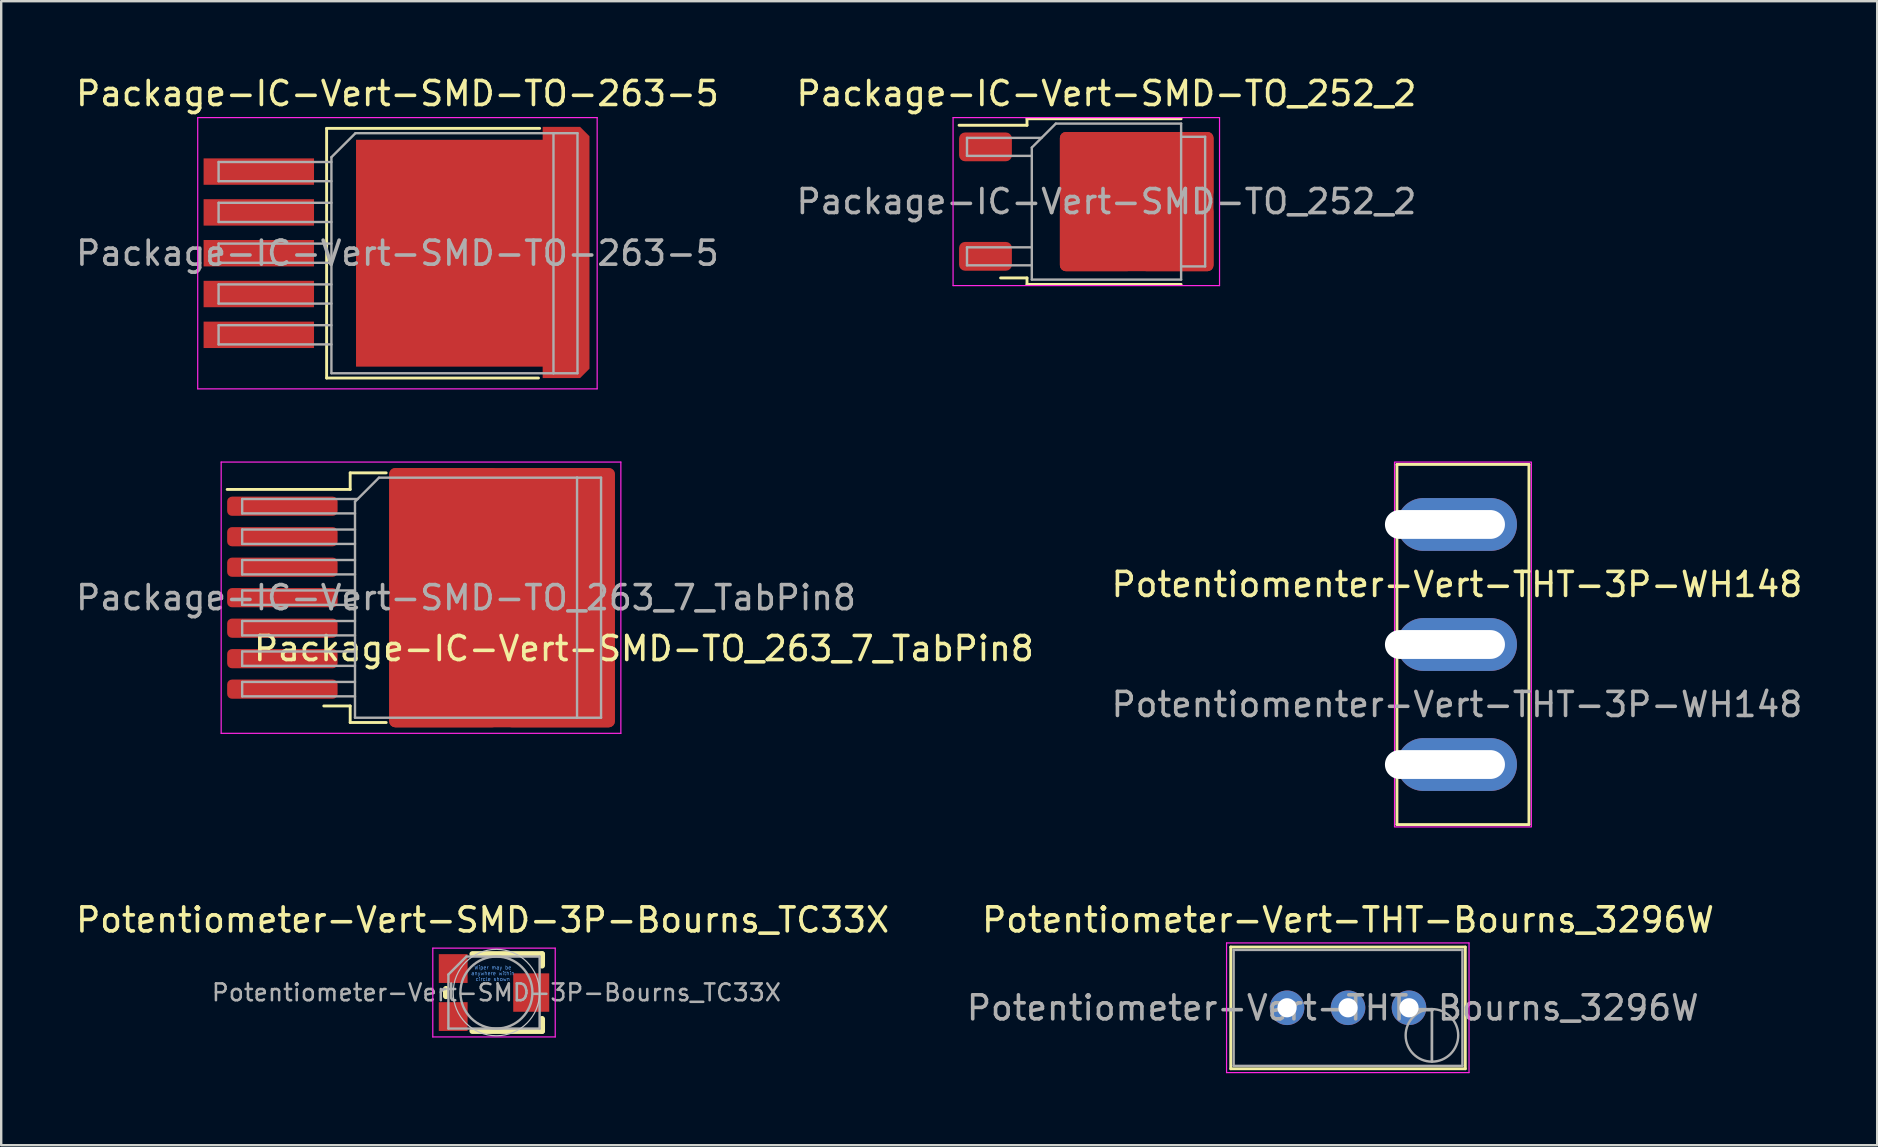
<source format=kicad_pcb>
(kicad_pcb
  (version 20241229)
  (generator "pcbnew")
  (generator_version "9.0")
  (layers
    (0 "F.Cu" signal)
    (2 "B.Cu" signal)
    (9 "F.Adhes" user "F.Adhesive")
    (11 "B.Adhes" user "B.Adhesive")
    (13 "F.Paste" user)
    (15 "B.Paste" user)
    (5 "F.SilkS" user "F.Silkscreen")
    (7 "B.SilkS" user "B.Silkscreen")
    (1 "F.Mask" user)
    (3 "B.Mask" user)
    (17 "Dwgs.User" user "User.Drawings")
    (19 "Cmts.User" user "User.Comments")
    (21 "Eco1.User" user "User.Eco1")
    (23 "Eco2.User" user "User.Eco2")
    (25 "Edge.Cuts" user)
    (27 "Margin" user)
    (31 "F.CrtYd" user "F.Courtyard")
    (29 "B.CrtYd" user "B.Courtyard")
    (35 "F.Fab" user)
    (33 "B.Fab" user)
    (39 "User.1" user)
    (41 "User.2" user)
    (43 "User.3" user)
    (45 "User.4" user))
  (footprint "Potentiometer-Vert-THT-Bourns_3296W"
    (layer "F.Cu")
    (at 55.645 38.931)
    (property "Reference" "Potentiometer-Vert-THT-Bourns_3296W" (at -2.54 -3.66 0) (layer "F.SilkS") (effects (font (size 1 1) (thickness 0.15))))
    (attr through_hole)
    (fp_line (start -7.425 -2.53) (end -7.425 2.54) (stroke (width 0.12) (type solid)) (layer "F.SilkS"))
    (fp_line (start -7.425 -2.53) (end 2.345 -2.53) (stroke (width 0.12) (type solid)) (layer "F.SilkS"))
    (fp_line (start -7.425 2.54) (end 2.345 2.54) (stroke (width 0.12) (type solid)) (layer "F.SilkS"))
    (fp_line (start 2.345 -2.53) (end 2.345 2.54) (stroke (width 0.12) (type solid)) (layer "F.SilkS"))
    (fp_line (start -7.6 -2.7) (end -7.6 2.7) (stroke (width 0.05) (type solid)) (layer "F.CrtYd"))
    (fp_line (start -7.6 2.7) (end 2.5 2.7) (stroke (width 0.05) (type solid)) (layer "F.CrtYd"))
    (fp_line (start 2.5 -2.7) (end -7.6 -2.7) (stroke (width 0.05) (type solid)) (layer "F.CrtYd"))
    (fp_line (start 2.5 2.7) (end 2.5 -2.7) (stroke (width 0.05) (type solid)) (layer "F.CrtYd"))
    (fp_line (start -7.305 -2.41) (end -7.305 2.42) (stroke (width 0.1) (type solid)) (layer "F.Fab"))
    (fp_line (start -7.305 2.42) (end 2.225 2.42) (stroke (width 0.1) (type solid)) (layer "F.Fab"))
    (fp_line (start 0.955 2.235) (end 0.956 0.066) (stroke (width 0.1) (type solid)) (layer "F.Fab"))
    (fp_line (start 0.955 2.235) (end 0.956 0.066) (stroke (width 0.1) (type solid)) (layer "F.Fab"))
    (fp_line (start 2.225 -2.41) (end -7.305 -2.41) (stroke (width 0.1) (type solid)) (layer "F.Fab"))
    (fp_line (start 2.225 2.42) (end 2.225 -2.41) (stroke (width 0.1) (type solid)) (layer "F.Fab"))
    (fp_circle (center 0.955 1.15) (end 2.05 1.15) (stroke (width 0.1) (type solid)) (fill no) (layer "F.Fab"))
    (fp_text user "${REFERENCE}" (at -3.175 0.005 0) (layer "F.Fab") (effects (font (size 1 1) (thickness 0.15))))
    (pad "1" thru_hole circle (at 0 0) (size 1.44 1.44) (drill 0.8) (layers "*.Cu" "*.Mask"))
    (pad "2" thru_hole circle (at -2.54 0) (size 1.44 1.44) (drill 0.8) (layers "*.Cu" "*.Mask"))
    (pad "3" thru_hole circle (at -5.08 0) (size 1.44 1.44) (drill 0.8) (layers "*.Cu" "*.Mask")))
  (footprint "Potentiomenter-Vert-THT-3P-WH148"
    (layer "F.Cu")
    (at 57.642 23.798)
    (property "Reference" "Potentiomenter-Vert-THT-3P-WH148" (at 0 -2.5 0) (unlocked yes) (layer "F.SilkS") (effects (font (size 1 1) (thickness 0.15))))
    (attr through_hole)
    (fp_line (start -2.5 -7.5) (end -2.5 7.5) (stroke (width 0.12) (type solid)) (layer "F.SilkS"))
    (fp_line (start 3 -7.5) (end -2.5 -7.5) (stroke (width 0.12) (type solid)) (layer "F.SilkS"))
    (fp_line (start 3 -7.5) (end 3 7.5) (stroke (width 0.12) (type solid)) (layer "F.SilkS"))
    (fp_line (start 3 7.5) (end -2.5 7.5) (stroke (width 0.12) (type solid)) (layer "F.SilkS"))
    (fp_rect (start -2.6 -7.6) (end 3.1 7.6) (stroke (width 0.05) (type solid)) (fill no) (layer "F.CrtYd"))
    (fp_text user "${REFERENCE}" (at 0 2.5 0) (unlocked yes) (layer "F.Fab") (effects (font (size 1 1) (thickness 0.15))))
    (pad "1" thru_hole oval (at -0.5 -5) (size 5 2.2) (drill oval 5 1.2 (offset 0.5 0)) (layers "*.Cu" "*.Mask"))
    (pad "2" thru_hole oval (at -0.5 0) (size 5 2.2) (drill oval 5 1.2 (offset 0.5 0)) (layers "*.Cu" "*.Mask"))
    (pad "3" thru_hole oval (at -0.5 5) (size 5 2.2) (drill oval 5 1.2 (offset 0.5 0)) (layers "*.Cu" "*.Mask")))
  (footprint "Potentiometer-Vert-SMD-3P-Bourns_TC33X"
    (layer "F.Cu")
    (at 17.629 38.297)
    (property "Reference" "Potentiometer-Vert-SMD-3P-Bourns_TC33X" (at -0.575 -3.025 0) (layer "F.SilkS") (effects (font (size 1 1) (thickness 0.15))))
    (attr smd)
    (fp_line (start -2.1 -0.15) (end -2.1 0.15) (stroke (width 0.25) (type solid)) (layer "F.SilkS"))
    (fp_line (start -1 -1.6) (end 1.9 -1.6) (stroke (width 0.25) (type solid)) (layer "F.SilkS"))
    (fp_line (start -1 1.6) (end 1.9 1.6) (stroke (width 0.25) (type solid)) (layer "F.SilkS"))
    (fp_line (start 1.9 -1.6) (end 1.9 -1.125) (stroke (width 0.25) (type solid)) (layer "F.SilkS"))
    (fp_line (start 1.9 1.6) (end 1.9 1.1) (stroke (width 0.25) (type solid)) (layer "F.SilkS"))
    (fp_circle (center 0 0) (end 1.8 0) (stroke (width 0.05) (type solid)) (fill no) (layer "Dwgs.User"))
    (fp_line (start -2.65 -1.85) (end 2.45 -1.85) (stroke (width 0.05) (type solid)) (layer "F.CrtYd"))
    (fp_line (start -2.65 1.85) (end -2.65 -1.85) (stroke (width 0.05) (type solid)) (layer "F.CrtYd"))
    (fp_line (start 2.45 -1.85) (end 2.45 1.85) (stroke (width 0.05) (type solid)) (layer "F.CrtYd"))
    (fp_line (start 2.45 1.85) (end -2.65 1.85) (stroke (width 0.05) (type solid)) (layer "F.CrtYd"))
    (fp_line (start -2 -0.75) (end -2 1.5) (stroke (width 0.1) (type solid)) (layer "F.Fab"))
    (fp_line (start -2 1.5) (end 1.8 1.5) (stroke (width 0.1) (type solid)) (layer "F.Fab"))
    (fp_line (start -1.25 -1.5) (end -2 -0.75) (stroke (width 0.1) (type solid)) (layer "F.Fab"))
    (fp_line (start 1.8 -1.5) (end -1.25 -1.5) (stroke (width 0.1) (type solid)) (layer "F.Fab"))
    (fp_line (start 1.8 1.5) (end 1.8 -1.5) (stroke (width 0.1) (type solid)) (layer "F.Fab"))
    (fp_circle (center 0 0) (end 1.5 0) (stroke (width 0.1) (type solid)) (fill no) (layer "F.Fab"))
    (fp_text user "Wiper may be\nanywhere within\ncircle shown" (at -0.15 -0.8 0) (layer "Cmts.User") (effects (font (size 0.15 0.15) (thickness 0.02))))
    (fp_text user "${REFERENCE}" (at 0 0 0) (layer "F.Fab") (effects (font (size 0.7 0.7) (thickness 0.105))))
    (pad "1" smd rect (at -1.8 -1) (size 1.2 1.2) (layers "F.Cu" "F.Mask" "F.Paste"))
    (pad "2" smd rect (at 1.45 0) (size 1.5 1.6) (layers "F.Cu" "F.Mask" "F.Paste"))
    (pad "3" smd rect (at -1.8 1) (size 1.2 1.2) (layers "F.Cu" "F.Mask" "F.Paste")))
  (footprint "Package-IC-Vert-SMD-TO-263-5"
    (layer "F.Cu")
    (at 13.506 7.498)
    (property "Reference" "Package-IC-Vert-SMD-TO-263-5" (at 0 -6.65 0) (layer "F.SilkS") (effects (font (size 1 1) (thickness 0.15))))
    (attr smd)
    (fp_line (start -2.95 -5.2) (end -2.95 5.2) (stroke (width 0.12) (type solid)) (layer "F.SilkS"))
    (fp_line (start 5.875 5.2) (end -2.95 5.2) (stroke (width 0.12) (type solid)) (layer "F.SilkS"))
    (fp_line (start 5.925 -5.2) (end -2.95 -5.2) (stroke (width 0.12) (type solid)) (layer "F.SilkS"))
    (fp_line (start -8.32 -5.65) (end -8.32 5.65) (stroke (width 0.05) (type solid)) (layer "F.CrtYd"))
    (fp_line (start -8.32 5.65) (end 8.32 5.65) (stroke (width 0.05) (type solid)) (layer "F.CrtYd"))
    (fp_line (start 8.32 -5.65) (end -8.32 -5.65) (stroke (width 0.05) (type solid)) (layer "F.CrtYd"))
    (fp_line (start 8.32 5.65) (end 8.32 -5.65) (stroke (width 0.05) (type solid)) (layer "F.CrtYd"))
    (fp_line (start -7.45 -3.8) (end -7.45 -3) (stroke (width 0.1) (type solid)) (layer "F.Fab"))
    (fp_line (start -7.45 -3) (end -2.75 -3) (stroke (width 0.1) (type solid)) (layer "F.Fab"))
    (fp_line (start -7.45 -2.1) (end -7.45 -1.3) (stroke (width 0.1) (type solid)) (layer "F.Fab"))
    (fp_line (start -7.45 -1.3) (end -2.75 -1.3) (stroke (width 0.1) (type solid)) (layer "F.Fab"))
    (fp_line (start -7.45 -0.4) (end -7.45 0.4) (stroke (width 0.1) (type solid)) (layer "F.Fab"))
    (fp_line (start -7.45 0.4) (end -2.75 0.4) (stroke (width 0.1) (type solid)) (layer "F.Fab"))
    (fp_line (start -7.45 1.3) (end -7.45 2.1) (stroke (width 0.1) (type solid)) (layer "F.Fab"))
    (fp_line (start -7.45 2.1) (end -2.75 2.1) (stroke (width 0.1) (type solid)) (layer "F.Fab"))
    (fp_line (start -7.45 3) (end -7.45 3.8) (stroke (width 0.1) (type solid)) (layer "F.Fab"))
    (fp_line (start -7.45 3.8) (end -2.75 3.8) (stroke (width 0.1) (type solid)) (layer "F.Fab"))
    (fp_line (start -2.75 -4) (end -1.75 -5) (stroke (width 0.1) (type solid)) (layer "F.Fab"))
    (fp_line (start -2.75 -3.8) (end -7.45 -3.8) (stroke (width 0.1) (type solid)) (layer "F.Fab"))
    (fp_line (start -2.75 -2.1) (end -7.45 -2.1) (stroke (width 0.1) (type solid)) (layer "F.Fab"))
    (fp_line (start -2.75 -0.4) (end -7.45 -0.4) (stroke (width 0.1) (type solid)) (layer "F.Fab"))
    (fp_line (start -2.75 1.3) (end -7.45 1.3) (stroke (width 0.1) (type solid)) (layer "F.Fab"))
    (fp_line (start -2.75 3) (end -7.45 3) (stroke (width 0.1) (type solid)) (layer "F.Fab"))
    (fp_line (start -2.75 5) (end -2.75 -4) (stroke (width 0.1) (type solid)) (layer "F.Fab"))
    (fp_line (start -1.75 -5) (end 6.5 -5) (stroke (width 0.1) (type solid)) (layer "F.Fab"))
    (fp_line (start 6.5 -5) (end 6.5 5) (stroke (width 0.1) (type solid)) (layer "F.Fab"))
    (fp_line (start 6.5 -5) (end 7.5 -5) (stroke (width 0.1) (type solid)) (layer "F.Fab"))
    (fp_line (start 6.5 5) (end -2.75 5) (stroke (width 0.1) (type solid)) (layer "F.Fab"))
    (fp_line (start 7.5 -5) (end 7.5 5) (stroke (width 0.1) (type solid)) (layer "F.Fab"))
    (fp_line (start 7.5 5) (end 6.5 5) (stroke (width 0.1) (type solid)) (layer "F.Fab"))
    (fp_text user "${REFERENCE}" (at 0 0 0) (layer "F.Fab") (effects (font (size 1 1) (thickness 0.15))))
    (pad "1" smd rect (at -5.775 -3.4) (size 4.6 1.1) (layers "F.Cu" "F.Mask" "F.Paste"))
    (pad "2" smd rect (at -5.775 -1.7) (size 4.6 1.1) (layers "F.Cu" "F.Mask" "F.Paste"))
    (pad "3" smd rect (at -5.775 0) (size 4.6 1.1) (layers "F.Cu" "F.Mask" "F.Paste"))
    (pad "3" smd rect (at 3.059 0) (size 9.569 9.45) (layers "F.Cu" "F.Mask"))
    (pad "3" smd roundrect (at 7.025 -0.031) (size 1.95 10.463) (layers "F.Cu" "F.Mask") (roundrect_rratio 0) (chamfer_ratio 0.2) (chamfer top_right bottom_right))
    (pad "4" smd rect (at -5.775 1.7) (size 4.6 1.1) (layers "F.Cu" "F.Mask" "F.Paste"))
    (pad "5" smd rect (at -5.775 3.4) (size 4.6 1.1) (layers "F.Cu" "F.Mask" "F.Paste")))
  (footprint "Package-IC-Vert-SMD-TO_252_2"
    (layer "F.Cu")
    (at 43.042 5.348)
    (property "Reference" "Package-IC-Vert-SMD-TO_252_2" (at 0 -4.5 0) (layer "F.SilkS") (effects (font (size 1 1) (thickness 0.15))))
    (attr smd)
    (fp_line (start -3.31 -3.45) (end -3.31 -3.18) (stroke (width 0.12) (type solid)) (layer "F.SilkS"))
    (fp_line (start -3.31 -3.18) (end -6.14 -3.18) (stroke (width 0.12) (type solid)) (layer "F.SilkS"))
    (fp_line (start -3.31 3.18) (end -4.41 3.18) (stroke (width 0.12) (type solid)) (layer "F.SilkS"))
    (fp_line (start -3.31 3.45) (end -3.31 3.18) (stroke (width 0.12) (type solid)) (layer "F.SilkS"))
    (fp_line (start 3.11 -3.45) (end -3.31 -3.45) (stroke (width 0.12) (type solid)) (layer "F.SilkS"))
    (fp_line (start 3.11 3.45) (end -3.31 3.45) (stroke (width 0.12) (type solid)) (layer "F.SilkS"))
    (fp_line (start -6.39 -3.5) (end -6.39 3.5) (stroke (width 0.05) (type solid)) (layer "F.CrtYd"))
    (fp_line (start -6.39 3.5) (end 4.71 3.5) (stroke (width 0.05) (type solid)) (layer "F.CrtYd"))
    (fp_line (start 4.71 -3.5) (end -6.39 -3.5) (stroke (width 0.05) (type solid)) (layer "F.CrtYd"))
    (fp_line (start 4.71 3.5) (end 4.71 -3.5) (stroke (width 0.05) (type solid)) (layer "F.CrtYd"))
    (fp_line (start -5.81 -2.655) (end -5.81 -1.905) (stroke (width 0.1) (type solid)) (layer "F.Fab"))
    (fp_line (start -5.81 -1.905) (end -3.11 -1.905) (stroke (width 0.1) (type solid)) (layer "F.Fab"))
    (fp_line (start -5.81 1.905) (end -5.81 2.655) (stroke (width 0.1) (type solid)) (layer "F.Fab"))
    (fp_line (start -5.81 2.655) (end -3.11 2.655) (stroke (width 0.1) (type solid)) (layer "F.Fab"))
    (fp_line (start -3.11 -2.25) (end -2.11 -3.25) (stroke (width 0.1) (type solid)) (layer "F.Fab"))
    (fp_line (start -3.11 1.905) (end -5.81 1.905) (stroke (width 0.1) (type solid)) (layer "F.Fab"))
    (fp_line (start -3.11 3.25) (end -3.11 -2.25) (stroke (width 0.1) (type solid)) (layer "F.Fab"))
    (fp_line (start -2.705 -2.655) (end -5.81 -2.655) (stroke (width 0.1) (type solid)) (layer "F.Fab"))
    (fp_line (start -2.11 -3.25) (end 3.11 -3.25) (stroke (width 0.1) (type solid)) (layer "F.Fab"))
    (fp_line (start 3.11 -3.25) (end 3.11 3.25) (stroke (width 0.1) (type solid)) (layer "F.Fab"))
    (fp_line (start 3.11 -2.7) (end 4.11 -2.7) (stroke (width 0.1) (type solid)) (layer "F.Fab"))
    (fp_line (start 3.11 3.25) (end -3.11 3.25) (stroke (width 0.1) (type solid)) (layer "F.Fab"))
    (fp_line (start 4.11 -2.7) (end 4.11 2.7) (stroke (width 0.1) (type solid)) (layer "F.Fab"))
    (fp_line (start 4.11 2.7) (end 3.11 2.7) (stroke (width 0.1) (type solid)) (layer "F.Fab"))
    (fp_text user "${REFERENCE}" (at 0 0 0) (layer "F.Fab") (effects (font (size 1 1) (thickness 0.15))))
    (pad "1" smd roundrect (at -5.04 -2.28) (size 2.2 1.2) (layers "F.Cu" "F.Mask" "F.Paste") (roundrect_rratio 0.208))
    (pad "2" smd roundrect (at -0.415 -1.525) (size 3.05 2.75) (layers "F.Cu" "F.Paste") (roundrect_rratio 0.091))
    (pad "2" smd roundrect (at -0.415 1.525) (size 3.05 2.75) (layers "F.Cu" "F.Paste") (roundrect_rratio 0.091))
    (pad "2" smd roundrect (at 1.26 0) (size 6.4 5.8) (layers "F.Cu" "F.Mask") (roundrect_rratio 0.043))
    (pad "2" smd roundrect (at 2.935 -1.525) (size 3.05 2.75) (layers "F.Cu" "F.Paste") (roundrect_rratio 0.091))
    (pad "2" smd roundrect (at 2.935 1.525) (size 3.05 2.75) (layers "F.Cu" "F.Paste") (roundrect_rratio 0.091))
    (pad "3" smd roundrect (at -5.04 2.28) (size 2.2 1.2) (layers "F.Cu" "F.Mask" "F.Paste") (roundrect_rratio 0.208)))
  (footprint "Package-IC-Vert-SMD-TO_263_7_TabPin8"
    (layer "F.Cu")
    (at 16.363 21.848)
    (property "Reference" "Package-IC-Vert-SMD-TO_263_7_TabPin8" (at 7.41 2.12 180) (layer "F.SilkS") (effects (font (size 1 1) (thickness 0.15))))
    (attr smd)
    (fp_line (start -4.825 -5.2) (end -4.825 -4.51) (stroke (width 0.12) (type solid)) (layer "F.SilkS"))
    (fp_line (start -4.825 -4.51) (end -9.95 -4.51) (stroke (width 0.12) (type solid)) (layer "F.SilkS"))
    (fp_line (start -4.825 4.51) (end -5.925 4.51) (stroke (width 0.12) (type solid)) (layer "F.SilkS"))
    (fp_line (start -4.825 5.2) (end -4.825 4.51) (stroke (width 0.12) (type solid)) (layer "F.SilkS"))
    (fp_line (start -3.325 -5.2) (end -4.825 -5.2) (stroke (width 0.12) (type solid)) (layer "F.SilkS"))
    (fp_line (start -3.325 5.2) (end -4.825 5.2) (stroke (width 0.12) (type solid)) (layer "F.SilkS"))
    (fp_line (start -10.2 -5.65) (end -10.2 5.65) (stroke (width 0.05) (type solid)) (layer "F.CrtYd"))
    (fp_line (start -10.2 5.65) (end 6.45 5.65) (stroke (width 0.05) (type solid)) (layer "F.CrtYd"))
    (fp_line (start 6.45 -5.65) (end -10.2 -5.65) (stroke (width 0.05) (type solid)) (layer "F.CrtYd"))
    (fp_line (start 6.45 5.65) (end 6.45 -5.65) (stroke (width 0.05) (type solid)) (layer "F.CrtYd"))
    (fp_line (start -9.325 -4.11) (end -9.325 -3.51) (stroke (width 0.1) (type solid)) (layer "F.Fab"))
    (fp_line (start -9.325 -3.51) (end -4.625 -3.51) (stroke (width 0.1) (type solid)) (layer "F.Fab"))
    (fp_line (start -9.325 -2.84) (end -9.325 -2.24) (stroke (width 0.1) (type solid)) (layer "F.Fab"))
    (fp_line (start -9.325 -2.24) (end -4.625 -2.24) (stroke (width 0.1) (type solid)) (layer "F.Fab"))
    (fp_line (start -9.325 -1.57) (end -9.325 -0.97) (stroke (width 0.1) (type solid)) (layer "F.Fab"))
    (fp_line (start -9.325 -0.97) (end -4.625 -0.97) (stroke (width 0.1) (type solid)) (layer "F.Fab"))
    (fp_line (start -9.325 -0.3) (end -9.325 0.3) (stroke (width 0.1) (type solid)) (layer "F.Fab"))
    (fp_line (start -9.325 0.3) (end -4.625 0.3) (stroke (width 0.1) (type solid)) (layer "F.Fab"))
    (fp_line (start -9.325 0.97) (end -9.325 1.57) (stroke (width 0.1) (type solid)) (layer "F.Fab"))
    (fp_line (start -9.325 1.57) (end -4.625 1.57) (stroke (width 0.1) (type solid)) (layer "F.Fab"))
    (fp_line (start -9.325 2.24) (end -9.325 2.84) (stroke (width 0.1) (type solid)) (layer "F.Fab"))
    (fp_line (start -9.325 2.84) (end -4.625 2.84) (stroke (width 0.1) (type solid)) (layer "F.Fab"))
    (fp_line (start -9.325 3.51) (end -9.325 4.11) (stroke (width 0.1) (type solid)) (layer "F.Fab"))
    (fp_line (start -9.325 4.11) (end -4.625 4.11) (stroke (width 0.1) (type solid)) (layer "F.Fab"))
    (fp_line (start -4.625 -4) (end -3.625 -5) (stroke (width 0.1) (type solid)) (layer "F.Fab"))
    (fp_line (start -4.625 -2.84) (end -9.325 -2.84) (stroke (width 0.1) (type solid)) (layer "F.Fab"))
    (fp_line (start -4.625 -1.57) (end -9.325 -1.57) (stroke (width 0.1) (type solid)) (layer "F.Fab"))
    (fp_line (start -4.625 -0.3) (end -9.325 -0.3) (stroke (width 0.1) (type solid)) (layer "F.Fab"))
    (fp_line (start -4.625 0.97) (end -9.325 0.97) (stroke (width 0.1) (type solid)) (layer "F.Fab"))
    (fp_line (start -4.625 2.24) (end -9.325 2.24) (stroke (width 0.1) (type solid)) (layer "F.Fab"))
    (fp_line (start -4.625 3.51) (end -9.325 3.51) (stroke (width 0.1) (type solid)) (layer "F.Fab"))
    (fp_line (start -4.625 5) (end -4.625 -4) (stroke (width 0.1) (type solid)) (layer "F.Fab"))
    (fp_line (start -4.515 -4.11) (end -9.325 -4.11) (stroke (width 0.1) (type solid)) (layer "F.Fab"))
    (fp_line (start -3.625 -5) (end 4.625 -5) (stroke (width 0.1) (type solid)) (layer "F.Fab"))
    (fp_line (start 4.625 -5) (end 4.625 5) (stroke (width 0.1) (type solid)) (layer "F.Fab"))
    (fp_line (start 4.625 -5) (end 5.625 -5) (stroke (width 0.1) (type solid)) (layer "F.Fab"))
    (fp_line (start 4.625 5) (end -4.625 5) (stroke (width 0.1) (type solid)) (layer "F.Fab"))
    (fp_line (start 5.625 -5) (end 5.625 5) (stroke (width 0.1) (type solid)) (layer "F.Fab"))
    (fp_line (start 5.625 5) (end 4.625 5) (stroke (width 0.1) (type solid)) (layer "F.Fab"))
    (fp_text user "${REFERENCE}" (at 0 0 180) (layer "F.Fab") (effects (font (size 1 1) (thickness 0.15))))
    (pad "1" smd roundrect (at -7.65 -3.81) (size 4.6 0.8) (layers "F.Cu" "F.Mask" "F.Paste") (roundrect_rratio 0.25))
    (pad "2" smd roundrect (at -7.65 -2.54) (size 4.6 0.8) (layers "F.Cu" "F.Mask" "F.Paste") (roundrect_rratio 0.25))
    (pad "3" smd roundrect (at -7.65 -1.27) (size 4.6 0.8) (layers "F.Cu" "F.Mask" "F.Paste") (roundrect_rratio 0.25))
    (pad "4" smd roundrect (at -7.65 0) (size 4.6 0.8) (layers "F.Cu" "F.Mask" "F.Paste") (roundrect_rratio 0.25))
    (pad "5" smd roundrect (at -7.65 1.27) (size 4.6 0.8) (layers "F.Cu" "F.Mask" "F.Paste") (roundrect_rratio 0.25))
    (pad "6" smd roundrect (at -7.65 2.54) (size 4.6 0.8) (layers "F.Cu" "F.Mask" "F.Paste") (roundrect_rratio 0.25))
    (pad "7" smd roundrect (at -7.65 3.81) (size 4.6 0.8) (layers "F.Cu" "F.Mask" "F.Paste") (roundrect_rratio 0.25))
    (pad "8" smd roundrect (at -0.925 -2.775) (size 4.55 5.25) (layers "F.Cu" "F.Paste") (roundrect_rratio 0.055))
    (pad "8" smd roundrect (at -0.925 2.775) (size 4.55 5.25) (layers "F.Cu" "F.Paste") (roundrect_rratio 0.055))
    (pad "8" smd roundrect (at 1.5 0) (size 9.4 10.8) (layers "F.Cu" "F.Mask") (roundrect_rratio 0.027))
    (pad "8" smd roundrect (at 3.925 -2.775) (size 4.55 5.25) (layers "F.Cu" "F.Paste") (roundrect_rratio 0.055))
    (pad "8" smd roundrect (at 3.925 2.775) (size 4.55 5.25) (layers "F.Cu" "F.Paste") (roundrect_rratio 0.055)))
  (gr_rect
    (start -3 -3)
    (end 75.148 44.657)
    (stroke (width 0.1) (type default))
    (fill no)
    (layer "Edge.Cuts")))
</source>
